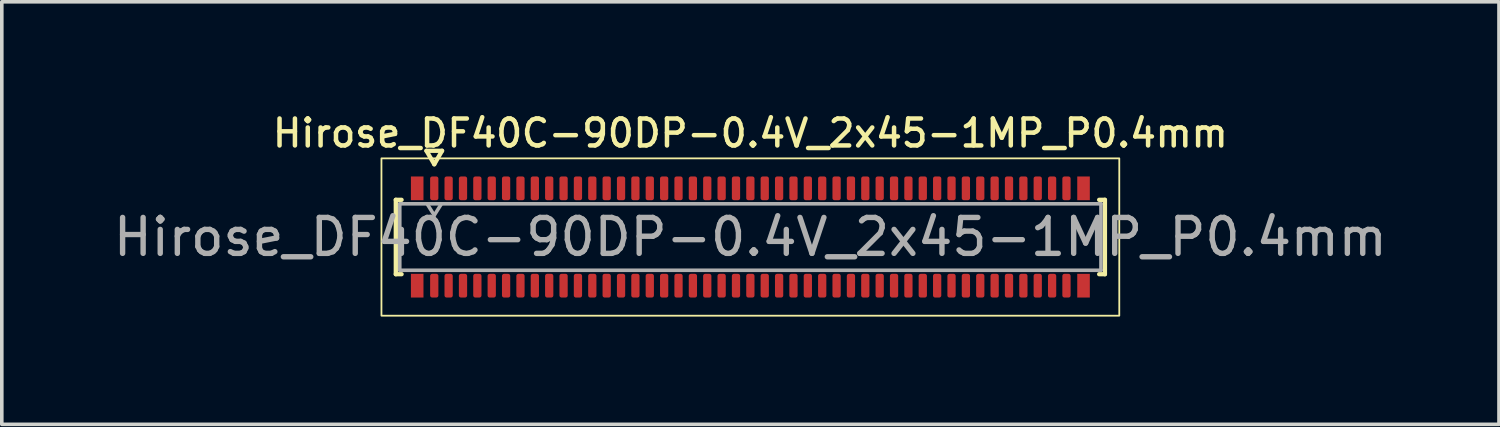
<source format=kicad_pcb>
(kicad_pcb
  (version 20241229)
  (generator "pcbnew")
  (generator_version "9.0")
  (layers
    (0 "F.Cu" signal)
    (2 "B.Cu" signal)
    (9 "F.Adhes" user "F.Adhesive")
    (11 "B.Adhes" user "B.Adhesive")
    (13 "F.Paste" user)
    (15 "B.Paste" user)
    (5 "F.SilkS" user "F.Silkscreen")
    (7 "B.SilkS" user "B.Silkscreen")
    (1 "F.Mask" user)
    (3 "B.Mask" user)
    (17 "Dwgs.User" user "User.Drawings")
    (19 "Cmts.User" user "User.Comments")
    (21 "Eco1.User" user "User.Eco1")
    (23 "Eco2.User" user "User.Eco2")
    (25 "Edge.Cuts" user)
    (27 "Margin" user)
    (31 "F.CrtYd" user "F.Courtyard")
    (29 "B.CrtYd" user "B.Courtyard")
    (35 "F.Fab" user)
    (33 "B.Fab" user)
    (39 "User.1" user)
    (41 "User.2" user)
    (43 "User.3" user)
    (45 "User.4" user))
  (footprint "Hirose_DF40C-90DP-0.4V_2x45-1MP_P0.4mm"
    (layer "F.Cu")
    (at 17.839 3.548)
    (property "Reference" "Hirose_DF40C-90DP-0.4V_2x45-1MP_P0.4mm" (at 0 -2.89 0) (layer "F.SilkS") (effects (font (size 0.75 0.75) (thickness 0.125))))
    (attr smd)
    (fp_line (start -9.87 -1.035) (end -9.71 -1.035) (stroke (width 0.12) (type solid)) (layer "F.SilkS"))
    (fp_line (start -9.87 1.035) (end -9.87 -1.035) (stroke (width 0.12) (type solid)) (layer "F.SilkS"))
    (fp_line (start -9.71 1.035) (end -9.87 1.035) (stroke (width 0.12) (type solid)) (layer "F.SilkS"))
    (fp_line (start -9.017 -2.4) (end -8.8 -2.025) (stroke (width 0.12) (type solid)) (layer "F.SilkS"))
    (fp_line (start -8.8 -2.025) (end -8.583 -2.4) (stroke (width 0.12) (type solid)) (layer "F.SilkS"))
    (fp_line (start -8.583 -2.4) (end -9.017 -2.4) (stroke (width 0.12) (type solid)) (layer "F.SilkS"))
    (fp_line (start 9.71 -1.035) (end 9.87 -1.035) (stroke (width 0.12) (type solid)) (layer "F.SilkS"))
    (fp_line (start 9.87 -1.035) (end 9.87 1.035) (stroke (width 0.12) (type solid)) (layer "F.SilkS"))
    (fp_line (start 9.87 1.035) (end 9.71 1.035) (stroke (width 0.12) (type solid)) (layer "F.SilkS"))
    (fp_rect (start -10.27 -2.19) (end 10.27 2.19) (stroke (width 0.05) (type solid)) (fill no) (layer "F.SilkS"))
    (fp_line (start -9.76 -0.925) (end 9.76 -0.925) (stroke (width 0.1) (type solid)) (layer "F.Fab"))
    (fp_line (start -9.76 0.925) (end -9.76 -0.925) (stroke (width 0.1) (type solid)) (layer "F.Fab"))
    (fp_line (start -9 -0.925) (end -8.8 -0.605) (stroke (width 0.1) (type solid)) (layer "F.Fab"))
    (fp_line (start -8.8 -0.605) (end -8.6 -0.925) (stroke (width 0.1) (type solid)) (layer "F.Fab"))
    (fp_line (start 9.76 -0.925) (end 9.76 0.925) (stroke (width 0.1) (type solid)) (layer "F.Fab"))
    (fp_line (start 9.76 0.925) (end -9.76 0.925) (stroke (width 0.1) (type solid)) (layer "F.Fab"))
    (fp_text user "${REFERENCE}" (at 0 0 0) (layer "F.Fab") (effects (font (size 1 1) (thickness 0.15))))
    (pad "1" smd roundrect (at -8.8 -1.355) (size 0.23 0.66) (layers "F.Cu" "F.Mask" "F.Paste") (roundrect_rratio 0.25))
    (pad "2" smd roundrect (at -8.8 1.355) (size 0.23 0.66) (layers "F.Cu" "F.Mask" "F.Paste") (roundrect_rratio 0.25))
    (pad "3" smd roundrect (at -8.4 -1.355) (size 0.23 0.66) (layers "F.Cu" "F.Mask" "F.Paste") (roundrect_rratio 0.25))
    (pad "4" smd roundrect (at -8.4 1.355) (size 0.23 0.66) (layers "F.Cu" "F.Mask" "F.Paste") (roundrect_rratio 0.25))
    (pad "5" smd roundrect (at -8 -1.355) (size 0.23 0.66) (layers "F.Cu" "F.Mask" "F.Paste") (roundrect_rratio 0.25))
    (pad "6" smd roundrect (at -8 1.355) (size 0.23 0.66) (layers "F.Cu" "F.Mask" "F.Paste") (roundrect_rratio 0.25))
    (pad "7" smd roundrect (at -7.6 -1.355) (size 0.23 0.66) (layers "F.Cu" "F.Mask" "F.Paste") (roundrect_rratio 0.25))
    (pad "8" smd roundrect (at -7.6 1.355) (size 0.23 0.66) (layers "F.Cu" "F.Mask" "F.Paste") (roundrect_rratio 0.25))
    (pad "9" smd roundrect (at -7.2 -1.355) (size 0.23 0.66) (layers "F.Cu" "F.Mask" "F.Paste") (roundrect_rratio 0.25))
    (pad "10" smd roundrect (at -7.2 1.355) (size 0.23 0.66) (layers "F.Cu" "F.Mask" "F.Paste") (roundrect_rratio 0.25))
    (pad "11" smd roundrect (at -6.8 -1.355) (size 0.23 0.66) (layers "F.Cu" "F.Mask" "F.Paste") (roundrect_rratio 0.25))
    (pad "12" smd roundrect (at -6.8 1.355) (size 0.23 0.66) (layers "F.Cu" "F.Mask" "F.Paste") (roundrect_rratio 0.25))
    (pad "13" smd roundrect (at -6.4 -1.355) (size 0.23 0.66) (layers "F.Cu" "F.Mask" "F.Paste") (roundrect_rratio 0.25))
    (pad "14" smd roundrect (at -6.4 1.355) (size 0.23 0.66) (layers "F.Cu" "F.Mask" "F.Paste") (roundrect_rratio 0.25))
    (pad "15" smd roundrect (at -6 -1.355) (size 0.23 0.66) (layers "F.Cu" "F.Mask" "F.Paste") (roundrect_rratio 0.25))
    (pad "16" smd roundrect (at -6 1.355) (size 0.23 0.66) (layers "F.Cu" "F.Mask" "F.Paste") (roundrect_rratio 0.25))
    (pad "17" smd roundrect (at -5.6 -1.355) (size 0.23 0.66) (layers "F.Cu" "F.Mask" "F.Paste") (roundrect_rratio 0.25))
    (pad "18" smd roundrect (at -5.6 1.355) (size 0.23 0.66) (layers "F.Cu" "F.Mask" "F.Paste") (roundrect_rratio 0.25))
    (pad "19" smd roundrect (at -5.2 -1.355) (size 0.23 0.66) (layers "F.Cu" "F.Mask" "F.Paste") (roundrect_rratio 0.25))
    (pad "20" smd roundrect (at -5.2 1.355) (size 0.23 0.66) (layers "F.Cu" "F.Mask" "F.Paste") (roundrect_rratio 0.25))
    (pad "21" smd roundrect (at -4.8 -1.355) (size 0.23 0.66) (layers "F.Cu" "F.Mask" "F.Paste") (roundrect_rratio 0.25))
    (pad "22" smd roundrect (at -4.8 1.355) (size 0.23 0.66) (layers "F.Cu" "F.Mask" "F.Paste") (roundrect_rratio 0.25))
    (pad "23" smd roundrect (at -4.4 -1.355) (size 0.23 0.66) (layers "F.Cu" "F.Mask" "F.Paste") (roundrect_rratio 0.25))
    (pad "24" smd roundrect (at -4.4 1.355) (size 0.23 0.66) (layers "F.Cu" "F.Mask" "F.Paste") (roundrect_rratio 0.25))
    (pad "25" smd roundrect (at -4 -1.355) (size 0.23 0.66) (layers "F.Cu" "F.Mask" "F.Paste") (roundrect_rratio 0.25))
    (pad "26" smd roundrect (at -4 1.355) (size 0.23 0.66) (layers "F.Cu" "F.Mask" "F.Paste") (roundrect_rratio 0.25))
    (pad "27" smd roundrect (at -3.6 -1.355) (size 0.23 0.66) (layers "F.Cu" "F.Mask" "F.Paste") (roundrect_rratio 0.25))
    (pad "28" smd roundrect (at -3.6 1.355) (size 0.23 0.66) (layers "F.Cu" "F.Mask" "F.Paste") (roundrect_rratio 0.25))
    (pad "29" smd roundrect (at -3.2 -1.355) (size 0.23 0.66) (layers "F.Cu" "F.Mask" "F.Paste") (roundrect_rratio 0.25))
    (pad "30" smd roundrect (at -3.2 1.355) (size 0.23 0.66) (layers "F.Cu" "F.Mask" "F.Paste") (roundrect_rratio 0.25))
    (pad "31" smd roundrect (at -2.8 -1.355) (size 0.23 0.66) (layers "F.Cu" "F.Mask" "F.Paste") (roundrect_rratio 0.25))
    (pad "32" smd roundrect (at -2.8 1.355) (size 0.23 0.66) (layers "F.Cu" "F.Mask" "F.Paste") (roundrect_rratio 0.25))
    (pad "33" smd roundrect (at -2.4 -1.355) (size 0.23 0.66) (layers "F.Cu" "F.Mask" "F.Paste") (roundrect_rratio 0.25))
    (pad "34" smd roundrect (at -2.4 1.355) (size 0.23 0.66) (layers "F.Cu" "F.Mask" "F.Paste") (roundrect_rratio 0.25))
    (pad "35" smd roundrect (at -2 -1.355) (size 0.23 0.66) (layers "F.Cu" "F.Mask" "F.Paste") (roundrect_rratio 0.25))
    (pad "36" smd roundrect (at -2 1.355) (size 0.23 0.66) (layers "F.Cu" "F.Mask" "F.Paste") (roundrect_rratio 0.25))
    (pad "37" smd roundrect (at -1.6 -1.355) (size 0.23 0.66) (layers "F.Cu" "F.Mask" "F.Paste") (roundrect_rratio 0.25))
    (pad "38" smd roundrect (at -1.6 1.355) (size 0.23 0.66) (layers "F.Cu" "F.Mask" "F.Paste") (roundrect_rratio 0.25))
    (pad "39" smd roundrect (at -1.2 -1.355) (size 0.23 0.66) (layers "F.Cu" "F.Mask" "F.Paste") (roundrect_rratio 0.25))
    (pad "40" smd roundrect (at -1.2 1.355) (size 0.23 0.66) (layers "F.Cu" "F.Mask" "F.Paste") (roundrect_rratio 0.25))
    (pad "41" smd roundrect (at -0.8 -1.355) (size 0.23 0.66) (layers "F.Cu" "F.Mask" "F.Paste") (roundrect_rratio 0.25))
    (pad "42" smd roundrect (at -0.8 1.355) (size 0.23 0.66) (layers "F.Cu" "F.Mask" "F.Paste") (roundrect_rratio 0.25))
    (pad "43" smd roundrect (at -0.4 -1.355) (size 0.23 0.66) (layers "F.Cu" "F.Mask" "F.Paste") (roundrect_rratio 0.25))
    (pad "44" smd roundrect (at -0.4 1.355) (size 0.23 0.66) (layers "F.Cu" "F.Mask" "F.Paste") (roundrect_rratio 0.25))
    (pad "45" smd roundrect (at 0 -1.355) (size 0.23 0.66) (layers "F.Cu" "F.Mask" "F.Paste") (roundrect_rratio 0.25))
    (pad "46" smd roundrect (at 0 1.355) (size 0.23 0.66) (layers "F.Cu" "F.Mask" "F.Paste") (roundrect_rratio 0.25))
    (pad "47" smd roundrect (at 0.4 -1.355) (size 0.23 0.66) (layers "F.Cu" "F.Mask" "F.Paste") (roundrect_rratio 0.25))
    (pad "48" smd roundrect (at 0.4 1.355) (size 0.23 0.66) (layers "F.Cu" "F.Mask" "F.Paste") (roundrect_rratio 0.25))
    (pad "49" smd roundrect (at 0.8 -1.355) (size 0.23 0.66) (layers "F.Cu" "F.Mask" "F.Paste") (roundrect_rratio 0.25))
    (pad "50" smd roundrect (at 0.8 1.355) (size 0.23 0.66) (layers "F.Cu" "F.Mask" "F.Paste") (roundrect_rratio 0.25))
    (pad "51" smd roundrect (at 1.2 -1.355) (size 0.23 0.66) (layers "F.Cu" "F.Mask" "F.Paste") (roundrect_rratio 0.25))
    (pad "52" smd roundrect (at 1.2 1.355) (size 0.23 0.66) (layers "F.Cu" "F.Mask" "F.Paste") (roundrect_rratio 0.25))
    (pad "53" smd roundrect (at 1.6 -1.355) (size 0.23 0.66) (layers "F.Cu" "F.Mask" "F.Paste") (roundrect_rratio 0.25))
    (pad "54" smd roundrect (at 1.6 1.355) (size 0.23 0.66) (layers "F.Cu" "F.Mask" "F.Paste") (roundrect_rratio 0.25))
    (pad "55" smd roundrect (at 2 -1.355) (size 0.23 0.66) (layers "F.Cu" "F.Mask" "F.Paste") (roundrect_rratio 0.25))
    (pad "56" smd roundrect (at 2 1.355) (size 0.23 0.66) (layers "F.Cu" "F.Mask" "F.Paste") (roundrect_rratio 0.25))
    (pad "57" smd roundrect (at 2.4 -1.355) (size 0.23 0.66) (layers "F.Cu" "F.Mask" "F.Paste") (roundrect_rratio 0.25))
    (pad "58" smd roundrect (at 2.4 1.355) (size 0.23 0.66) (layers "F.Cu" "F.Mask" "F.Paste") (roundrect_rratio 0.25))
    (pad "59" smd roundrect (at 2.8 -1.355) (size 0.23 0.66) (layers "F.Cu" "F.Mask" "F.Paste") (roundrect_rratio 0.25))
    (pad "60" smd roundrect (at 2.8 1.355) (size 0.23 0.66) (layers "F.Cu" "F.Mask" "F.Paste") (roundrect_rratio 0.25))
    (pad "61" smd roundrect (at 3.2 -1.355) (size 0.23 0.66) (layers "F.Cu" "F.Mask" "F.Paste") (roundrect_rratio 0.25))
    (pad "62" smd roundrect (at 3.2 1.355) (size 0.23 0.66) (layers "F.Cu" "F.Mask" "F.Paste") (roundrect_rratio 0.25))
    (pad "63" smd roundrect (at 3.6 -1.355) (size 0.23 0.66) (layers "F.Cu" "F.Mask" "F.Paste") (roundrect_rratio 0.25))
    (pad "64" smd roundrect (at 3.6 1.355) (size 0.23 0.66) (layers "F.Cu" "F.Mask" "F.Paste") (roundrect_rratio 0.25))
    (pad "65" smd roundrect (at 4 -1.355) (size 0.23 0.66) (layers "F.Cu" "F.Mask" "F.Paste") (roundrect_rratio 0.25))
    (pad "66" smd roundrect (at 4 1.355) (size 0.23 0.66) (layers "F.Cu" "F.Mask" "F.Paste") (roundrect_rratio 0.25))
    (pad "67" smd roundrect (at 4.4 -1.355) (size 0.23 0.66) (layers "F.Cu" "F.Mask" "F.Paste") (roundrect_rratio 0.25))
    (pad "68" smd roundrect (at 4.4 1.355) (size 0.23 0.66) (layers "F.Cu" "F.Mask" "F.Paste") (roundrect_rratio 0.25))
    (pad "69" smd roundrect (at 4.8 -1.355) (size 0.23 0.66) (layers "F.Cu" "F.Mask" "F.Paste") (roundrect_rratio 0.25))
    (pad "70" smd roundrect (at 4.8 1.355) (size 0.23 0.66) (layers "F.Cu" "F.Mask" "F.Paste") (roundrect_rratio 0.25))
    (pad "71" smd roundrect (at 5.2 -1.355) (size 0.23 0.66) (layers "F.Cu" "F.Mask" "F.Paste") (roundrect_rratio 0.25))
    (pad "72" smd roundrect (at 5.2 1.355) (size 0.23 0.66) (layers "F.Cu" "F.Mask" "F.Paste") (roundrect_rratio 0.25))
    (pad "73" smd roundrect (at 5.6 -1.355) (size 0.23 0.66) (layers "F.Cu" "F.Mask" "F.Paste") (roundrect_rratio 0.25))
    (pad "74" smd roundrect (at 5.6 1.355) (size 0.23 0.66) (layers "F.Cu" "F.Mask" "F.Paste") (roundrect_rratio 0.25))
    (pad "75" smd roundrect (at 6 -1.355) (size 0.23 0.66) (layers "F.Cu" "F.Mask" "F.Paste") (roundrect_rratio 0.25))
    (pad "76" smd roundrect (at 6 1.355) (size 0.23 0.66) (layers "F.Cu" "F.Mask" "F.Paste") (roundrect_rratio 0.25))
    (pad "77" smd roundrect (at 6.4 -1.355) (size 0.23 0.66) (layers "F.Cu" "F.Mask" "F.Paste") (roundrect_rratio 0.25))
    (pad "78" smd roundrect (at 6.4 1.355) (size 0.23 0.66) (layers "F.Cu" "F.Mask" "F.Paste") (roundrect_rratio 0.25))
    (pad "79" smd roundrect (at 6.8 -1.355) (size 0.23 0.66) (layers "F.Cu" "F.Mask" "F.Paste") (roundrect_rratio 0.25))
    (pad "80" smd roundrect (at 6.8 1.355) (size 0.23 0.66) (layers "F.Cu" "F.Mask" "F.Paste") (roundrect_rratio 0.25))
    (pad "81" smd roundrect (at 7.2 -1.355) (size 0.23 0.66) (layers "F.Cu" "F.Mask" "F.Paste") (roundrect_rratio 0.25))
    (pad "82" smd roundrect (at 7.2 1.355) (size 0.23 0.66) (layers "F.Cu" "F.Mask" "F.Paste") (roundrect_rratio 0.25))
    (pad "83" smd roundrect (at 7.6 -1.355) (size 0.23 0.66) (layers "F.Cu" "F.Mask" "F.Paste") (roundrect_rratio 0.25))
    (pad "84" smd roundrect (at 7.6 1.355) (size 0.23 0.66) (layers "F.Cu" "F.Mask" "F.Paste") (roundrect_rratio 0.25))
    (pad "85" smd roundrect (at 8 -1.355) (size 0.23 0.66) (layers "F.Cu" "F.Mask" "F.Paste") (roundrect_rratio 0.25))
    (pad "86" smd roundrect (at 8 1.355) (size 0.23 0.66) (layers "F.Cu" "F.Mask" "F.Paste") (roundrect_rratio 0.25))
    (pad "87" smd roundrect (at 8.4 -1.355) (size 0.23 0.66) (layers "F.Cu" "F.Mask" "F.Paste") (roundrect_rratio 0.25))
    (pad "88" smd roundrect (at 8.4 1.355) (size 0.23 0.66) (layers "F.Cu" "F.Mask" "F.Paste") (roundrect_rratio 0.25))
    (pad "89" smd roundrect (at 8.8 -1.355) (size 0.23 0.66) (layers "F.Cu" "F.Mask" "F.Paste") (roundrect_rratio 0.25))
    (pad "90" smd roundrect (at 8.8 1.355) (size 0.23 0.66) (layers "F.Cu" "F.Mask" "F.Paste") (roundrect_rratio 0.25))
    (pad "MP" smd rect (at -9.275 -1.355) (size 0.35 0.66) (layers "F.Cu" "F.Mask" "F.Paste"))
    (pad "MP" smd rect (at -9.275 1.355) (size 0.35 0.66) (layers "F.Cu" "F.Mask" "F.Paste"))
    (pad "MP" smd rect (at 9.275 -1.355) (size 0.35 0.66) (layers "F.Cu" "F.Mask" "F.Paste"))
    (pad "MP" smd rect (at 9.275 1.355) (size 0.35 0.66) (layers "F.Cu" "F.Mask" "F.Paste")))
  (gr_rect
    (start -3 -3)
    (end 38.679 8.763)
    (stroke (width 0.1) (type default))
    (fill no)
    (layer "Edge.Cuts")))
</source>
